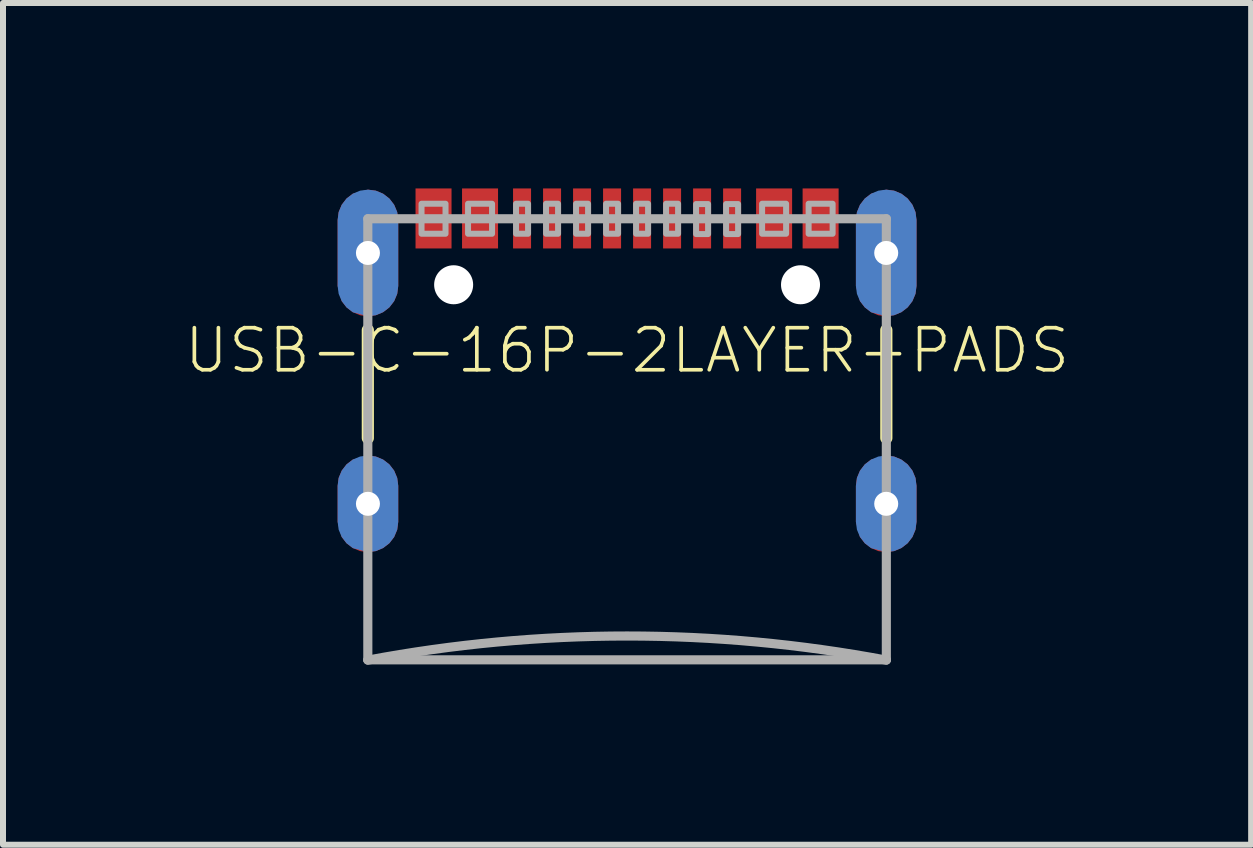
<source format=kicad_pcb>
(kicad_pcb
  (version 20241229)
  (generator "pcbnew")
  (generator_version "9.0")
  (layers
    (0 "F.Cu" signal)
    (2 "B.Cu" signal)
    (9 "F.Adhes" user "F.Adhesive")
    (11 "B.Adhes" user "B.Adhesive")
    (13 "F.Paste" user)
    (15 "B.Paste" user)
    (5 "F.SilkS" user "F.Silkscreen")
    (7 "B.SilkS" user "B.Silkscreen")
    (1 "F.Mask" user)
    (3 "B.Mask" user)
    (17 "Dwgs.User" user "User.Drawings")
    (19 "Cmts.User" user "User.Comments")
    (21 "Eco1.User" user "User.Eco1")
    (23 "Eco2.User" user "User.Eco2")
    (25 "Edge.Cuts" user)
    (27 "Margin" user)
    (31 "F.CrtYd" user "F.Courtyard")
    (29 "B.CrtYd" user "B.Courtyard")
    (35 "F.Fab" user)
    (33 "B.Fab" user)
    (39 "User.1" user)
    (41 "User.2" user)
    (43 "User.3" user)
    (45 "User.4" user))
  (footprint "USB-C-16P-2LAYER-PADS"
    (layer "F.Cu")
    (at 7.399 0.25)
    (property "Reference" "USB-C-16P-2LAYER-PADS" (at 0 2.54 0) (layer "F.SilkS") (effects (font (size 0.701 0.701) (thickness 0.061))))
    (fp_poly (pts (xy -4.187 -0.123) (xy -4.065 -0.072) (xy -3.961 0.008) (xy -3.881 0.112) (xy -3.83 0.234) (xy -3.813 0.365) (xy -3.813 1.465) (xy -3.83 1.596) (xy -3.881 1.718) (xy -3.961 1.822) (xy -4.065 1.902) (xy -4.187 1.953) (xy -4.318 1.97) (xy -4.449 1.953) (xy -4.571 1.902) (xy -4.675 1.822) (xy -4.756 1.717) (xy -4.823 1.466) (xy -4.823 0.365) (xy -4.806 0.234) (xy -4.755 0.112) (xy -4.675 0.008) (xy -4.57 -0.073) (xy -4.318 -0.14)) (stroke (width 0) (type solid)) (fill yes) (layer "F.Cu"))
    (fp_poly (pts (xy -4.187 4.307) (xy -4.065 4.358) (xy -3.961 4.438) (xy -3.881 4.542) (xy -3.83 4.664) (xy -3.813 4.795) (xy -3.813 5.395) (xy -3.83 5.526) (xy -3.881 5.648) (xy -3.961 5.752) (xy -4.065 5.832) (xy -4.187 5.883) (xy -4.318 5.9) (xy -4.449 5.883) (xy -4.571 5.832) (xy -4.675 5.752) (xy -4.756 5.647) (xy -4.823 5.396) (xy -4.823 4.795) (xy -4.806 4.664) (xy -4.755 4.542) (xy -4.675 4.438) (xy -4.57 4.357) (xy -4.318 4.29)) (stroke (width 0) (type solid)) (fill yes) (layer "F.Cu"))
    (fp_poly (pts (xy 4.449 -0.123) (xy 4.571 -0.072) (xy 4.675 0.008) (xy 4.755 0.112) (xy 4.806 0.234) (xy 4.823 0.365) (xy 4.823 1.465) (xy 4.806 1.596) (xy 4.755 1.718) (xy 4.675 1.822) (xy 4.571 1.902) (xy 4.449 1.953) (xy 4.318 1.97) (xy 4.187 1.953) (xy 4.065 1.902) (xy 3.961 1.822) (xy 3.88 1.717) (xy 3.813 1.466) (xy 3.813 0.365) (xy 3.83 0.234) (xy 3.881 0.112) (xy 3.961 0.008) (xy 4.066 -0.073) (xy 4.318 -0.14)) (stroke (width 0) (type solid)) (fill yes) (layer "F.Cu"))
    (fp_poly (pts (xy 4.449 4.307) (xy 4.571 4.358) (xy 4.675 4.438) (xy 4.755 4.542) (xy 4.806 4.664) (xy 4.823 4.795) (xy 4.823 5.395) (xy 4.806 5.526) (xy 4.755 5.648) (xy 4.675 5.752) (xy 4.571 5.832) (xy 4.449 5.883) (xy 4.318 5.9) (xy 4.187 5.883) (xy 4.065 5.832) (xy 3.961 5.752) (xy 3.88 5.647) (xy 3.813 5.396) (xy 3.813 4.795) (xy 3.83 4.664) (xy 3.881 4.542) (xy 3.961 4.438) (xy 4.066 4.357) (xy 4.318 4.29)) (stroke (width 0) (type solid)) (fill yes) (layer "F.Cu"))
    (fp_poly (pts (xy -4.169 -0.226) (xy -4.026 -0.173) (xy -3.902 -0.085) (xy -3.804 0.032) (xy -3.741 0.17) (xy -3.715 0.32) (xy -3.715 1.52) (xy -3.742 1.669) (xy -3.806 1.805) (xy -3.904 1.92) (xy -4.028 2.007) (xy -4.17 2.058) (xy -4.32 2.07) (xy -4.47 2.058) (xy -4.612 2.007) (xy -4.736 1.92) (xy -4.834 1.805) (xy -4.925 1.521) (xy -4.925 0.32) (xy -4.899 0.17) (xy -4.836 0.032) (xy -4.738 -0.085) (xy -4.614 -0.174) (xy -4.32 -0.24)) (stroke (width 0) (type solid)) (fill yes) (layer "F.Mask"))
    (fp_poly (pts (xy -4.163 4.211) (xy -4.017 4.273) (xy -3.891 4.37) (xy -3.795 4.496) (xy -3.735 4.643) (xy -3.715 4.8) (xy -3.715 5.4) (xy -3.736 5.556) (xy -3.797 5.701) (xy -3.893 5.825) (xy -4.018 5.921) (xy -4.164 5.98) (xy -4.32 6) (xy -4.476 5.98) (xy -4.622 5.921) (xy -4.747 5.825) (xy -4.843 5.701) (xy -4.925 5.401) (xy -4.925 4.8) (xy -4.905 4.643) (xy -4.845 4.496) (xy -4.749 4.37) (xy -4.623 4.272) (xy -4.32 4.19)) (stroke (width 0) (type solid)) (fill yes) (layer "F.Mask"))
    (fp_poly (pts (xy 4.471 -0.226) (xy 4.614 -0.173) (xy 4.738 -0.085) (xy 4.836 0.032) (xy 4.899 0.17) (xy 4.925 0.32) (xy 4.925 1.52) (xy 4.898 1.669) (xy 4.834 1.805) (xy 4.736 1.92) (xy 4.612 2.007) (xy 4.47 2.058) (xy 4.32 2.07) (xy 4.17 2.058) (xy 4.028 2.007) (xy 3.904 1.92) (xy 3.806 1.805) (xy 3.715 1.521) (xy 3.715 0.32) (xy 3.741 0.17) (xy 3.804 0.032) (xy 3.902 -0.085) (xy 4.026 -0.174) (xy 4.32 -0.24)) (stroke (width 0) (type solid)) (fill yes) (layer "F.Mask"))
    (fp_poly (pts (xy 4.477 4.211) (xy 4.623 4.273) (xy 4.749 4.37) (xy 4.845 4.496) (xy 4.905 4.643) (xy 4.925 4.8) (xy 4.925 5.4) (xy 4.904 5.556) (xy 4.843 5.701) (xy 4.747 5.825) (xy 4.622 5.921) (xy 4.476 5.98) (xy 4.32 6) (xy 4.164 5.98) (xy 4.018 5.921) (xy 3.893 5.825) (xy 3.797 5.701) (xy 3.715 5.401) (xy 3.715 4.8) (xy 3.735 4.643) (xy 3.795 4.496) (xy 3.891 4.37) (xy 4.017 4.272) (xy 4.32 4.19)) (stroke (width 0) (type solid)) (fill yes) (layer "F.Mask"))
    (fp_poly (pts (xy -4.187 -0.123) (xy -4.065 -0.072) (xy -3.961 0.008) (xy -3.881 0.112) (xy -3.83 0.234) (xy -3.813 0.365) (xy -3.813 1.465) (xy -3.83 1.596) (xy -3.881 1.718) (xy -3.961 1.822) (xy -4.065 1.902) (xy -4.187 1.953) (xy -4.318 1.97) (xy -4.57 1.903) (xy -4.675 1.822) (xy -4.755 1.718) (xy -4.806 1.596) (xy -4.823 1.465) (xy -4.823 0.365) (xy -4.806 0.234) (xy -4.755 0.112) (xy -4.675 0.008) (xy -4.571 -0.072) (xy -4.449 -0.123) (xy -4.318 -0.14)) (stroke (width 0) (type solid)) (fill yes) (layer "B.Cu"))
    (fp_poly (pts (xy -4.187 4.307) (xy -4.065 4.358) (xy -3.961 4.438) (xy -3.881 4.542) (xy -3.83 4.664) (xy -3.813 4.795) (xy -3.813 5.395) (xy -3.83 5.526) (xy -3.881 5.648) (xy -3.961 5.752) (xy -4.065 5.832) (xy -4.187 5.883) (xy -4.318 5.9) (xy -4.57 5.833) (xy -4.675 5.752) (xy -4.755 5.648) (xy -4.806 5.526) (xy -4.823 5.395) (xy -4.823 4.795) (xy -4.806 4.664) (xy -4.755 4.542) (xy -4.675 4.438) (xy -4.571 4.358) (xy -4.449 4.307) (xy -4.318 4.29)) (stroke (width 0) (type solid)) (fill yes) (layer "B.Cu"))
    (fp_poly (pts (xy 4.449 -0.123) (xy 4.571 -0.072) (xy 4.675 0.008) (xy 4.755 0.112) (xy 4.806 0.234) (xy 4.823 0.365) (xy 4.823 1.465) (xy 4.806 1.596) (xy 4.755 1.718) (xy 4.675 1.822) (xy 4.571 1.902) (xy 4.449 1.953) (xy 4.318 1.97) (xy 4.066 1.903) (xy 3.961 1.822) (xy 3.881 1.718) (xy 3.83 1.596) (xy 3.813 1.465) (xy 3.813 0.365) (xy 3.83 0.234) (xy 3.881 0.112) (xy 3.961 0.008) (xy 4.065 -0.072) (xy 4.187 -0.123) (xy 4.318 -0.14)) (stroke (width 0) (type solid)) (fill yes) (layer "B.Cu"))
    (fp_poly (pts (xy 4.449 4.307) (xy 4.571 4.358) (xy 4.675 4.438) (xy 4.755 4.542) (xy 4.806 4.664) (xy 4.823 4.795) (xy 4.823 5.395) (xy 4.806 5.526) (xy 4.755 5.648) (xy 4.675 5.752) (xy 4.571 5.832) (xy 4.449 5.883) (xy 4.318 5.9) (xy 4.066 5.833) (xy 3.961 5.752) (xy 3.881 5.648) (xy 3.83 5.526) (xy 3.813 5.395) (xy 3.813 4.795) (xy 3.83 4.664) (xy 3.881 4.542) (xy 3.961 4.438) (xy 4.065 4.358) (xy 4.187 4.307) (xy 4.318 4.29)) (stroke (width 0) (type solid)) (fill yes) (layer "B.Cu"))
    (fp_line (start -4.32 2.2) (end -4.32 4) (stroke (width 0.203) (type solid)) (layer "F.SilkS"))
    (fp_line (start 4.32 2.2) (end 4.32 4) (stroke (width 0.203) (type solid)) (layer "F.SilkS"))
    (fp_poly (pts (xy -4.219 -0.146) (xy -4.094 -0.103) (xy -3.984 -0.029) (xy -3.898 0.071) (xy -3.84 0.19) (xy -3.815 0.32) (xy -3.815 1.521) (xy -3.854 1.668) (xy -3.937 1.796) (xy -4.056 1.892) (xy -4.35 1.955) (xy -4.491 1.939) (xy -4.621 1.88) (xy -4.727 1.784) (xy -4.825 1.521) (xy -4.825 0.32) (xy -4.802 0.173) (xy -4.734 0.041) (xy -4.629 -0.065) (xy -4.351 -0.155)) (stroke (width 0) (type solid)) (fill yes) (layer "F.Paste"))
    (fp_poly (pts (xy -4.147 4.322) (xy -4.011 4.395) (xy -3.903 4.507) (xy -3.815 4.799) (xy -3.815 5.4) (xy -3.836 5.553) (xy -3.904 5.693) (xy -4.011 5.805) (xy -4.299 5.905) (xy -4.434 5.89) (xy -4.559 5.841) (xy -4.667 5.761) (xy -4.751 5.656) (xy -4.825 5.401) (xy -4.825 4.8) (xy -4.805 4.667) (xy -4.751 4.544) (xy -4.667 4.439) (xy -4.559 4.359) (xy -4.3 4.295)) (stroke (width 0) (type solid)) (fill yes) (layer "F.Paste"))
    (fp_poly (pts (xy 4.43 -0.145) (xy 4.553 -0.101) (xy 4.661 -0.026) (xy 4.745 0.073) (xy 4.801 0.191) (xy 4.825 0.32) (xy 4.825 1.521) (xy 4.787 1.667) (xy 4.707 1.794) (xy 4.59 1.89) (xy 4.3 1.955) (xy 4.164 1.949) (xy 4.035 1.902) (xy 3.927 1.816) (xy 3.815 1.571) (xy 3.815 0.37) (xy 3.827 0.239) (xy 3.873 0.115) (xy 3.949 0.007) (xy 4.05 -0.077) (xy 4.299 -0.155)) (stroke (width 0) (type solid)) (fill yes) (layer "F.Paste"))
    (fp_poly (pts (xy 4.434 4.31) (xy 4.559 4.359) (xy 4.667 4.439) (xy 4.751 4.544) (xy 4.805 4.667) (xy 4.825 4.8) (xy 4.825 5.4) (xy 4.806 5.552) (xy 4.74 5.691) (xy 4.635 5.803) (xy 4.351 5.905) (xy 4.221 5.899) (xy 4.097 5.859) (xy 3.989 5.789) (xy 3.901 5.692) (xy 3.815 5.451) (xy 3.815 4.85) (xy 3.824 4.715) (xy 3.867 4.586) (xy 3.942 4.472) (xy 4.045 4.382) (xy 4.299 4.295)) (stroke (width 0) (type solid)) (fill yes) (layer "F.Paste"))
    (fp_line (start -4.32 0.345) (end -4.32 1.965) (stroke (width 0.01) (type solid)) (layer "F.Fab"))
    (fp_line (start -4.32 0.345) (end 4.32 0.345) (stroke (width 0.152) (type solid)) (layer "F.Fab"))
    (fp_line (start -4.32 4.295) (end -4.32 5.895) (stroke (width 0.01) (type solid)) (layer "F.Fab"))
    (fp_line (start -4.32 7.695) (end -4.32 0.345) (stroke (width 0.152) (type solid)) (layer "F.Fab"))
    (fp_line (start -4.32 7.695) (end 4.32 7.695) (stroke (width 0.152) (type solid)) (layer "F.Fab"))
    (fp_line (start 4.32 0.345) (end 4.32 1.965) (stroke (width 0.01) (type solid)) (layer "F.Fab"))
    (fp_line (start 4.32 0.345) (end 4.32 7.695) (stroke (width 0.152) (type solid)) (layer "F.Fab"))
    (fp_line (start 4.32 4.295) (end 4.32 5.895) (stroke (width 0.01) (type solid)) (layer "F.Fab"))
    (fp_arc (start -4.32 7.7) (mid 0 7.297675) (end 4.32 7.7) (stroke (width 0.1524) (type solid)) (layer "F.Fab"))
    (fp_poly (pts (xy -3.425 0.595) (xy -3.025 0.595) (xy -3.025 0.095) (xy -3.425 0.095)) (stroke (width 0.1) (type solid)) (fill no) (layer "F.Fab"))
    (fp_poly (pts (xy -2.65 0.595) (xy -2.25 0.595) (xy -2.25 0.095) (xy -2.65 0.095)) (stroke (width 0.1) (type solid)) (fill no) (layer "F.Fab"))
    (fp_poly (pts (xy -1.85 0.595) (xy -1.65 0.595) (xy -1.65 0.095) (xy -1.85 0.095)) (stroke (width 0.1) (type solid)) (fill no) (layer "F.Fab"))
    (fp_poly (pts (xy -1.35 0.595) (xy -1.15 0.595) (xy -1.15 0.095) (xy -1.35 0.095)) (stroke (width 0.1) (type solid)) (fill no) (layer "F.Fab"))
    (fp_poly (pts (xy -0.85 0.595) (xy -0.65 0.595) (xy -0.65 0.095) (xy -0.85 0.095)) (stroke (width 0.1) (type solid)) (fill no) (layer "F.Fab"))
    (fp_poly (pts (xy -0.35 0.595) (xy -0.15 0.595) (xy -0.15 0.095) (xy -0.35 0.095)) (stroke (width 0.1) (type solid)) (fill no) (layer "F.Fab"))
    (fp_poly (pts (xy 0.15 0.595) (xy 0.35 0.595) (xy 0.35 0.095) (xy 0.15 0.095)) (stroke (width 0.1) (type solid)) (fill no) (layer "F.Fab"))
    (fp_poly (pts (xy 0.65 0.595) (xy 0.85 0.595) (xy 0.85 0.095) (xy 0.65 0.095)) (stroke (width 0.1) (type solid)) (fill no) (layer "F.Fab"))
    (fp_poly (pts (xy 1.15 0.6) (xy 1.35 0.6) (xy 1.35 0.1) (xy 1.15 0.1)) (stroke (width 0.1) (type solid)) (fill no) (layer "F.Fab"))
    (fp_poly (pts (xy 1.65 0.6) (xy 1.85 0.6) (xy 1.85 0.1) (xy 1.65 0.1)) (stroke (width 0.1) (type solid)) (fill no) (layer "F.Fab"))
    (fp_poly (pts (xy 2.25 0.595) (xy 2.65 0.595) (xy 2.65 0.095) (xy 2.25 0.095)) (stroke (width 0.1) (type solid)) (fill no) (layer "F.Fab"))
    (fp_poly (pts (xy 3.025 0.595) (xy 3.425 0.595) (xy 3.425 0.095) (xy 3.025 0.095)) (stroke (width 0.1) (type solid)) (fill no) (layer "F.Fab"))
    (pad "" np_thru_hole circle (at -2.89 1.445) (size 0.65 0.65) (drill 0.65) (layers "*.Cu" "*.Mask"))
    (pad "" np_thru_hole circle (at 2.89 1.445) (size 0.65 0.65) (drill 0.65) (layers "*.Cu" "*.Mask"))
    (pad "A5" smd rect (at -1.25 0.34 180) (size 0.3 1) (layers "F.Cu" "F.Mask" "F.Paste"))
    (pad "A6" smd rect (at -0.25 0.34 180) (size 0.3 1) (layers "F.Cu" "F.Mask" "F.Paste"))
    (pad "A7" smd rect (at 0.25 0.34) (size 0.3 1) (layers "F.Cu" "F.Mask" "F.Paste"))
    (pad "A8" smd rect (at 1.25 0.34) (size 0.3 1) (layers "F.Cu" "F.Mask" "F.Paste"))
    (pad "B5" smd rect (at 1.75 0.34) (size 0.3 1) (layers "F.Cu" "F.Mask" "F.Paste"))
    (pad "B6" smd rect (at 0.75 0.34) (size 0.3 1) (layers "F.Cu" "F.Mask" "F.Paste"))
    (pad "B7" smd rect (at -0.75 0.34 180) (size 0.3 1) (layers "F.Cu" "F.Mask" "F.Paste"))
    (pad "B8" smd rect (at -1.75 0.34 180) (size 0.3 1) (layers "F.Cu" "F.Mask" "F.Paste"))
    (pad "GND" smd rect (at -3.225 0.34 180) (size 0.6 1) (layers "F.Cu" "F.Mask" "F.Paste"))
    (pad "GND2" smd rect (at 3.225 0.34) (size 0.6 1) (layers "F.Cu" "F.Mask" "F.Paste"))
    (pad "SHLD1" thru_hole oval (at -4.318 0.915 90) (size 1.2 0.6) (drill 0.4) (layers "*.Cu"))
    (pad "SHLD2" thru_hole oval (at 4.318 0.915 90) (size 1.2 0.6) (drill 0.4) (layers "*.Cu"))
    (pad "SHLD3" thru_hole oval (at -4.318 5.095 90) (size 1.2 0.6) (drill 0.4) (layers "*.Cu"))
    (pad "SHLD4" thru_hole oval (at 4.318 5.095 90) (size 1.2 0.6) (drill 0.4) (layers "*.Cu"))
    (pad "VBUS1" smd rect (at -2.45 0.34 180) (size 0.6 1) (layers "F.Cu" "F.Mask" "F.Paste"))
    (pad "VBUS2" smd rect (at 2.45 0.34) (size 0.6 1) (layers "F.Cu" "F.Mask" "F.Paste")))
  (gr_rect
    (start -3 -3)
    (end 17.798 11.026)
    (stroke (width 0.1) (type default))
    (fill no)
    (layer "Edge.Cuts")))
</source>
